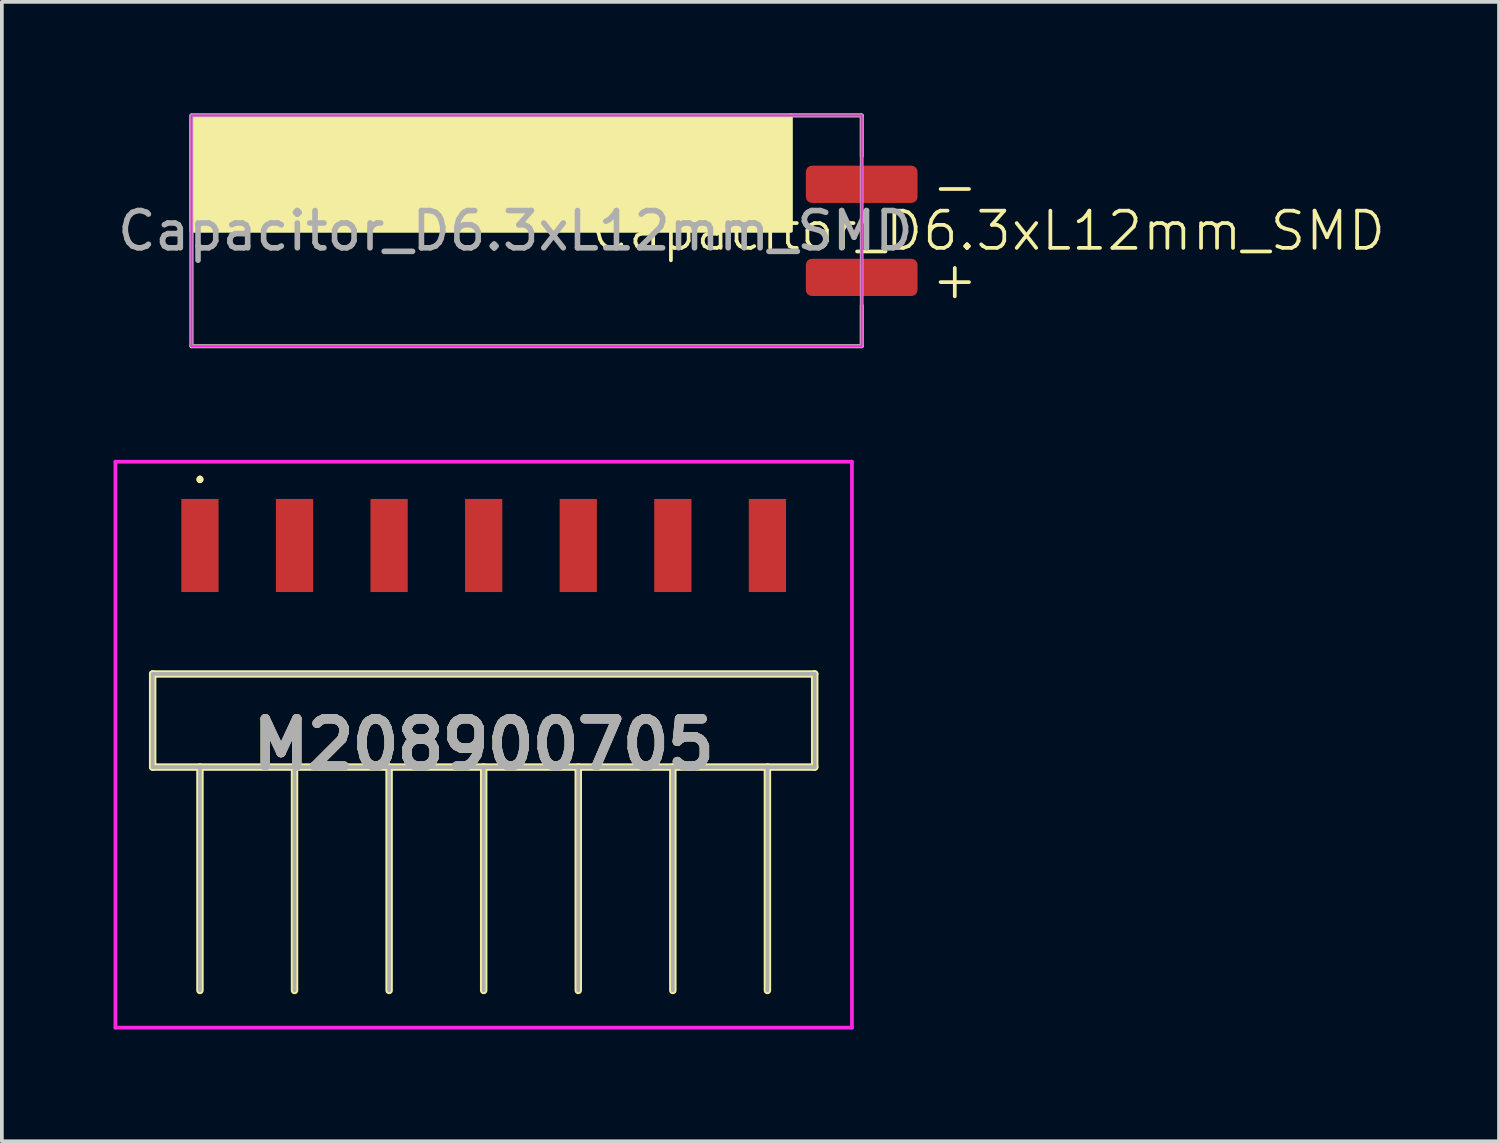
<source format=kicad_pcb>
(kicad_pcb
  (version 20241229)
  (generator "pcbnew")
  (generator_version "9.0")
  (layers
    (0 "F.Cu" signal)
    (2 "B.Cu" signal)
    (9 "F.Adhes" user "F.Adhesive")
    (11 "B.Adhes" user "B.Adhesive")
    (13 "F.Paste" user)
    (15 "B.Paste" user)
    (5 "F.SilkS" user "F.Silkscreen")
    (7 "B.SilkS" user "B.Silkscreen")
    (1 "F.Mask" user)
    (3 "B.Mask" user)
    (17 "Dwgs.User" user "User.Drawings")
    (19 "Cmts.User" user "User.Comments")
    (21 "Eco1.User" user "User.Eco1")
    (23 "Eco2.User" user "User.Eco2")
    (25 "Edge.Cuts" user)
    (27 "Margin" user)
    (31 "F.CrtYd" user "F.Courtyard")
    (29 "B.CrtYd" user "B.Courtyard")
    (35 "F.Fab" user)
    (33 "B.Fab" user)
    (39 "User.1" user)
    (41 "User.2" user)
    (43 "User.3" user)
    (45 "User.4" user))
  (footprint "Capacitor_D6.3xL12mm_SMD"
    (layer "F.Cu")
    (at 20.092 3.15)
    (property "Reference" "Capacitor_D6.3xL12mm_SMD" (at 3.4 0 0) (unlocked yes) (layer "F.SilkS") (effects (font (size 1 1) (thickness 0.1))))
    (attr smd)
    (fp_line (start -18 -3.1) (end -18 3.1) (stroke (width 0.1) (type default)) (layer "F.SilkS"))
    (fp_line (start -18 3.1) (end 0 3.1) (stroke (width 0.1) (type default)) (layer "F.SilkS"))
    (fp_line (start -1.9 -3.1) (end 0 -3.1) (stroke (width 0.1) (type default)) (layer "F.SilkS"))
    (fp_line (start 0 -3.1) (end 0 -2) (stroke (width 0.1) (type default)) (layer "F.SilkS"))
    (fp_line (start 0 3.1) (end 0 2) (stroke (width 0.1) (type default)) (layer "F.SilkS"))
    (fp_rect (start -18 -3.1) (end -1.9 0) (stroke (width 0.1) (type solid)) (fill yes) (layer "F.SilkS"))
    (fp_rect (start -18 -3.1) (end 0 3.1) (stroke (width 0.05) (type default)) (fill no) (layer "F.CrtYd"))
    (fp_rect (start -18 -3.1) (end 0 3.1) (stroke (width 0.1) (type default)) (fill no) (layer "F.Fab"))
    (fp_text user "+" (at 2.5 1.3 0) (unlocked yes) (layer "F.SilkS") (effects (font (size 1 1) (thickness 0.1))))
    (fp_text user "-" (at 2.5 -1.2 0) (unlocked yes) (layer "F.SilkS") (effects (font (size 1 1) (thickness 0.1))))
    (fp_text user "${REFERENCE}" (at -9.3 0 0) (unlocked yes) (layer "F.Fab") (effects (font (size 1 1) (thickness 0.15))))
    (pad "1" smd roundrect (at 0 1.25) (size 3 1) (layers "F.Cu" "F.Mask" "F.Paste") (roundrect_rratio 0.164))
    (pad "2" smd roundrect (at 0 -1.25) (size 3 1) (layers "F.Cu" "F.Mask" "F.Paste") (roundrect_rratio 0.164)))
  (footprint "M208900705"
    (layer "F.Cu")
    (at 9.94 17.575)
    (property "Reference" "M208900705" (at 0 -0.625 0) (layer "F.SilkS") (effects (font (size 1.27 1.27) (thickness 0.254))))
    (attr smd)
    (fp_line (start -8.89 -2.525) (end -8.89 -0.025) (stroke (width 0.2) (type solid)) (layer "F.SilkS"))
    (fp_line (start -8.89 -0.025) (end 8.89 -0.025) (stroke (width 0.2) (type solid)) (layer "F.SilkS"))
    (fp_line (start -7.62 -7.8) (end -7.62 -7.8) (stroke (width 0.1) (type solid)) (layer "F.SilkS"))
    (fp_line (start -7.62 -7.7) (end -7.62 -7.7) (stroke (width 0.1) (type solid)) (layer "F.SilkS"))
    (fp_line (start -7.62 5.975) (end -7.62 -0.025) (stroke (width 0.2) (type solid)) (layer "F.SilkS"))
    (fp_line (start -5.08 5.975) (end -5.08 -0.025) (stroke (width 0.2) (type solid)) (layer "F.SilkS"))
    (fp_line (start -2.54 5.975) (end -2.54 -0.025) (stroke (width 0.2) (type solid)) (layer "F.SilkS"))
    (fp_line (start 0 5.975) (end 0 -0.025) (stroke (width 0.2) (type solid)) (layer "F.SilkS"))
    (fp_line (start 2.54 5.975) (end 2.54 -0.025) (stroke (width 0.2) (type solid)) (layer "F.SilkS"))
    (fp_line (start 5.08 5.975) (end 5.08 -0.025) (stroke (width 0.2) (type solid)) (layer "F.SilkS"))
    (fp_line (start 7.62 5.975) (end 7.62 -0.025) (stroke (width 0.2) (type solid)) (layer "F.SilkS"))
    (fp_line (start 8.89 -2.525) (end -8.89 -2.525) (stroke (width 0.2) (type solid)) (layer "F.SilkS"))
    (fp_line (start 8.89 -0.025) (end 8.89 -2.525) (stroke (width 0.2) (type solid)) (layer "F.SilkS"))
    (fp_arc (start -7.62 -7.8) (mid -7.57 -7.75) (end -7.62 -7.7) (stroke (width 0.1) (type solid)) (layer "F.SilkS"))
    (fp_arc (start -7.62 -7.7) (mid -7.67 -7.75) (end -7.62 -7.8) (stroke (width 0.1) (type solid)) (layer "F.SilkS"))
    (fp_line (start -9.89 -8.225) (end -9.89 6.975) (stroke (width 0.1) (type solid)) (layer "F.CrtYd"))
    (fp_line (start -9.89 6.975) (end 9.89 6.975) (stroke (width 0.1) (type solid)) (layer "F.CrtYd"))
    (fp_line (start 9.89 -8.225) (end -9.89 -8.225) (stroke (width 0.1) (type solid)) (layer "F.CrtYd"))
    (fp_line (start 9.89 6.975) (end 9.89 -8.225) (stroke (width 0.1) (type solid)) (layer "F.CrtYd"))
    (fp_line (start -8.89 -2.525) (end -8.89 -0.025) (stroke (width 0.1) (type solid)) (layer "F.Fab"))
    (fp_line (start -8.89 -0.025) (end 8.89 -0.025) (stroke (width 0.1) (type solid)) (layer "F.Fab"))
    (fp_line (start -7.62 5.975) (end -7.62 -0.025) (stroke (width 0.1) (type solid)) (layer "F.Fab"))
    (fp_line (start -5.08 5.975) (end -5.08 -0.025) (stroke (width 0.1) (type solid)) (layer "F.Fab"))
    (fp_line (start -2.54 5.975) (end -2.54 -0.025) (stroke (width 0.1) (type solid)) (layer "F.Fab"))
    (fp_line (start 0 5.975) (end 0 -0.025) (stroke (width 0.1) (type solid)) (layer "F.Fab"))
    (fp_line (start 2.54 5.975) (end 2.54 -0.025) (stroke (width 0.1) (type solid)) (layer "F.Fab"))
    (fp_line (start 5.08 5.975) (end 5.08 -0.025) (stroke (width 0.1) (type solid)) (layer "F.Fab"))
    (fp_line (start 7.62 5.975) (end 7.62 -0.025) (stroke (width 0.1) (type solid)) (layer "F.Fab"))
    (fp_line (start 8.89 -2.525) (end -8.89 -2.525) (stroke (width 0.1) (type solid)) (layer "F.Fab"))
    (fp_line (start 8.89 -0.025) (end 8.89 -2.525) (stroke (width 0.1) (type solid)) (layer "F.Fab"))
    (fp_text user "${REFERENCE}" (at 0 -0.625 0) (layer "F.Fab") (effects (font (size 1.27 1.27) (thickness 0.254))))
    (pad "1" smd rect (at -7.62 -5.975) (size 1 2.5) (layers "F.Cu" "F.Mask" "F.Paste"))
    (pad "2" smd rect (at -5.08 -5.975) (size 1 2.5) (layers "F.Cu" "F.Mask" "F.Paste"))
    (pad "3" smd rect (at -2.54 -5.975) (size 1 2.5) (layers "F.Cu" "F.Mask" "F.Paste"))
    (pad "4" smd rect (at 0 -5.975) (size 1 2.5) (layers "F.Cu" "F.Mask" "F.Paste"))
    (pad "5" smd rect (at 2.54 -5.975) (size 1 2.5) (layers "F.Cu" "F.Mask" "F.Paste"))
    (pad "6" smd rect (at 5.08 -5.975) (size 1 2.5) (layers "F.Cu" "F.Mask" "F.Paste"))
    (pad "7" smd rect (at 7.62 -5.975) (size 1 2.5) (layers "F.Cu" "F.Mask" "F.Paste")))
  (gr_rect
    (start -3 -3)
    (end 37.208 27.6)
    (stroke (width 0.1) (type default))
    (fill no)
    (layer "Edge.Cuts")))
</source>
